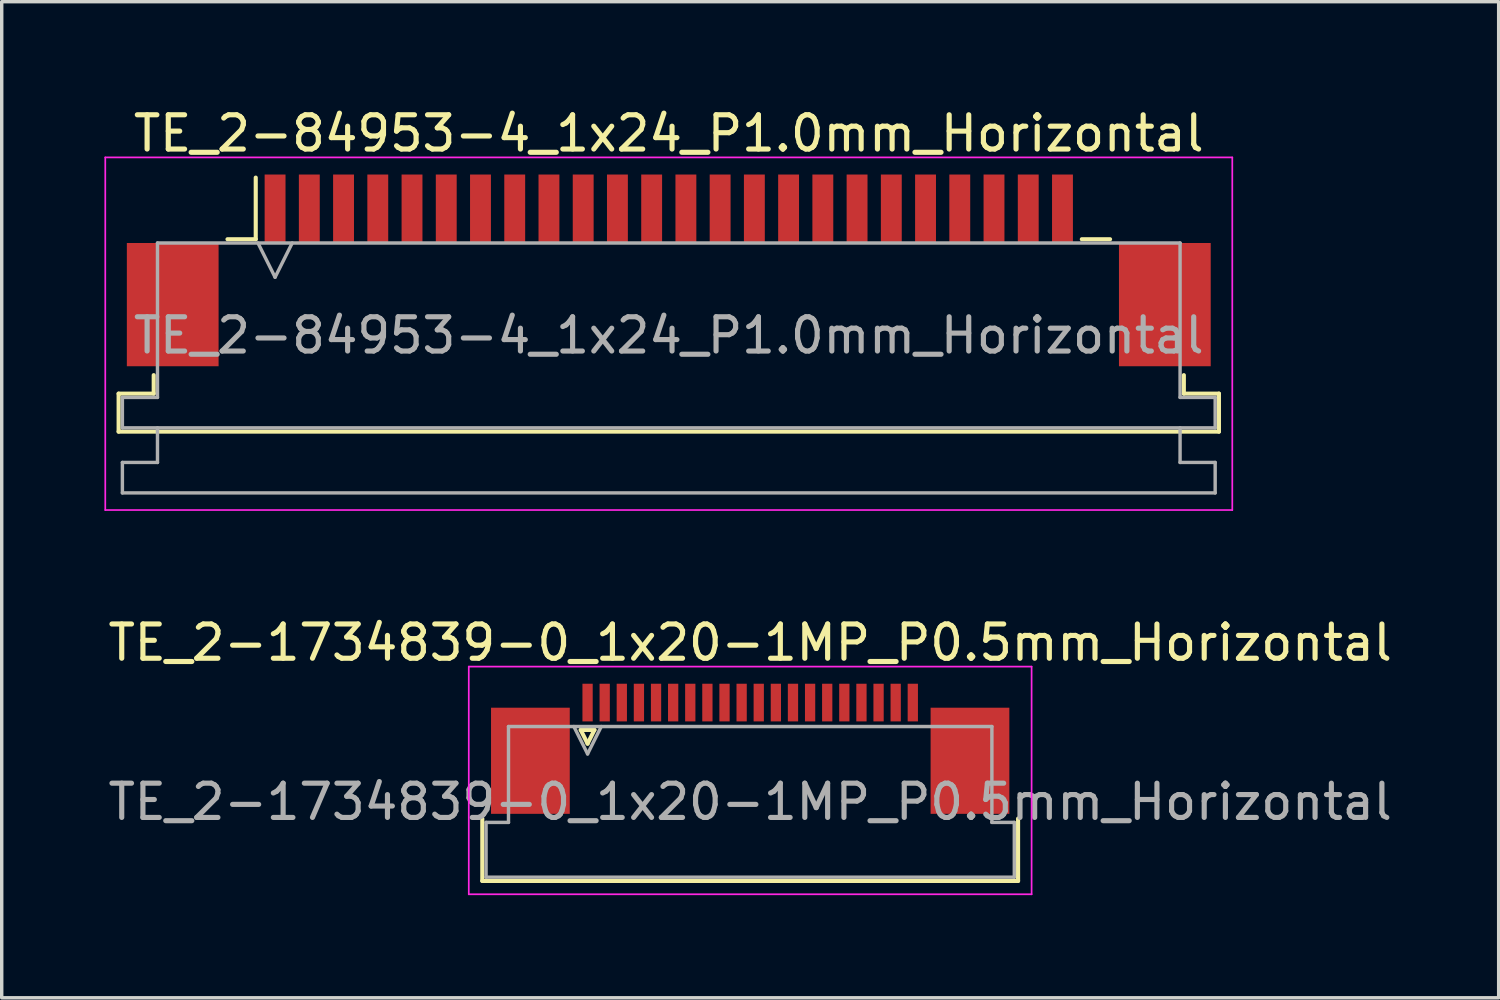
<source format=kicad_pcb>
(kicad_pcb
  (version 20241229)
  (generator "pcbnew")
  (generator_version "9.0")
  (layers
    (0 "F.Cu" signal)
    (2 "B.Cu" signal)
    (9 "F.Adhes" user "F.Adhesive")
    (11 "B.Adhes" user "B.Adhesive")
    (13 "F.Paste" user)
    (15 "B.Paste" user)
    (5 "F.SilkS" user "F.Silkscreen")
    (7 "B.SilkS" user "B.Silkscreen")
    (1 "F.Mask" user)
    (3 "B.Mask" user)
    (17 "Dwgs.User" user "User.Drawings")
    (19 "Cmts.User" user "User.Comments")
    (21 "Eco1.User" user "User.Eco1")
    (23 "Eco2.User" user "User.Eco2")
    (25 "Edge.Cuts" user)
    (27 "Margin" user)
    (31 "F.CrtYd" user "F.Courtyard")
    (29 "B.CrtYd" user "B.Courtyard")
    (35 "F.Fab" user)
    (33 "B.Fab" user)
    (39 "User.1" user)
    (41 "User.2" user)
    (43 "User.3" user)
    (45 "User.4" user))
  (footprint "TE_2-1734839-0_1x20-1MP_P0.5mm_Horizontal"
    (layer "F.Cu")
    (at 18.863 18.822)
    (property "Reference" "TE_2-1734839-0_1x20-1MP_P0.5mm_Horizontal" (at 0 -3.1 0) (layer "F.SilkS") (effects (font (size 1 1) (thickness 0.15))))
    (attr smd)
    (fp_line (start -7.825 3.86) (end -7.825 2.04) (stroke (width 0.12) (type solid)) (layer "F.SilkS"))
    (fp_line (start -4.95 -0.55) (end -4.75 -0.15) (stroke (width 0.12) (type solid)) (layer "F.SilkS"))
    (fp_line (start -4.75 -0.15) (end -4.55 -0.55) (stroke (width 0.12) (type solid)) (layer "F.SilkS"))
    (fp_line (start -4.55 -0.55) (end -4.95 -0.55) (stroke (width 0.12) (type solid)) (layer "F.SilkS"))
    (fp_line (start 7.825 2.04) (end 7.825 3.86) (stroke (width 0.12) (type solid)) (layer "F.SilkS"))
    (fp_line (start 7.825 3.86) (end -7.825 3.86) (stroke (width 0.12) (type solid)) (layer "F.SilkS"))
    (fp_line (start -8.22 -2.4) (end -8.22 4.25) (stroke (width 0.05) (type solid)) (layer "F.CrtYd"))
    (fp_line (start -8.22 4.25) (end 8.22 4.25) (stroke (width 0.05) (type solid)) (layer "F.CrtYd"))
    (fp_line (start 8.22 -2.4) (end -8.22 -2.4) (stroke (width 0.05) (type solid)) (layer "F.CrtYd"))
    (fp_line (start 8.22 4.25) (end 8.22 -2.4) (stroke (width 0.05) (type solid)) (layer "F.CrtYd"))
    (fp_line (start -7.715 2.15) (end -7.06 2.15) (stroke (width 0.1) (type solid)) (layer "F.Fab"))
    (fp_line (start -7.715 3.75) (end -7.715 2.15) (stroke (width 0.1) (type solid)) (layer "F.Fab"))
    (fp_line (start -7.06 -0.65) (end 7.06 -0.65) (stroke (width 0.1) (type solid)) (layer "F.Fab"))
    (fp_line (start -7.06 2.15) (end -7.06 -0.65) (stroke (width 0.1) (type solid)) (layer "F.Fab"))
    (fp_line (start -5.15 -0.65) (end -4.75 0.15) (stroke (width 0.1) (type solid)) (layer "F.Fab"))
    (fp_line (start -4.75 0.15) (end -4.35 -0.65) (stroke (width 0.1) (type solid)) (layer "F.Fab"))
    (fp_line (start 7.06 -0.65) (end 7.06 2.15) (stroke (width 0.1) (type solid)) (layer "F.Fab"))
    (fp_line (start 7.06 2.15) (end 7.715 2.15) (stroke (width 0.1) (type solid)) (layer "F.Fab"))
    (fp_line (start 7.715 2.15) (end 7.715 3.75) (stroke (width 0.1) (type solid)) (layer "F.Fab"))
    (fp_line (start 7.715 3.75) (end -7.715 3.75) (stroke (width 0.1) (type solid)) (layer "F.Fab"))
    (fp_text user "${REFERENCE}" (at 0 1.55 0) (layer "F.Fab") (effects (font (size 1 1) (thickness 0.15))))
    (pad "1" smd rect (at -4.75 -1.35) (size 0.3 1.1) (layers "F.Cu" "F.Mask" "F.Paste"))
    (pad "2" smd rect (at -4.25 -1.35) (size 0.3 1.1) (layers "F.Cu" "F.Mask" "F.Paste"))
    (pad "3" smd rect (at -3.75 -1.35) (size 0.3 1.1) (layers "F.Cu" "F.Mask" "F.Paste"))
    (pad "4" smd rect (at -3.25 -1.35) (size 0.3 1.1) (layers "F.Cu" "F.Mask" "F.Paste"))
    (pad "5" smd rect (at -2.75 -1.35) (size 0.3 1.1) (layers "F.Cu" "F.Mask" "F.Paste"))
    (pad "6" smd rect (at -2.25 -1.35) (size 0.3 1.1) (layers "F.Cu" "F.Mask" "F.Paste"))
    (pad "7" smd rect (at -1.75 -1.35) (size 0.3 1.1) (layers "F.Cu" "F.Mask" "F.Paste"))
    (pad "8" smd rect (at -1.25 -1.35) (size 0.3 1.1) (layers "F.Cu" "F.Mask" "F.Paste"))
    (pad "9" smd rect (at -0.75 -1.35) (size 0.3 1.1) (layers "F.Cu" "F.Mask" "F.Paste"))
    (pad "10" smd rect (at -0.25 -1.35) (size 0.3 1.1) (layers "F.Cu" "F.Mask" "F.Paste"))
    (pad "11" smd rect (at 0.25 -1.35) (size 0.3 1.1) (layers "F.Cu" "F.Mask" "F.Paste"))
    (pad "12" smd rect (at 0.75 -1.35) (size 0.3 1.1) (layers "F.Cu" "F.Mask" "F.Paste"))
    (pad "13" smd rect (at 1.25 -1.35) (size 0.3 1.1) (layers "F.Cu" "F.Mask" "F.Paste"))
    (pad "14" smd rect (at 1.75 -1.35) (size 0.3 1.1) (layers "F.Cu" "F.Mask" "F.Paste"))
    (pad "15" smd rect (at 2.25 -1.35) (size 0.3 1.1) (layers "F.Cu" "F.Mask" "F.Paste"))
    (pad "16" smd rect (at 2.75 -1.35) (size 0.3 1.1) (layers "F.Cu" "F.Mask" "F.Paste"))
    (pad "17" smd rect (at 3.25 -1.35) (size 0.3 1.1) (layers "F.Cu" "F.Mask" "F.Paste"))
    (pad "18" smd rect (at 3.75 -1.35) (size 0.3 1.1) (layers "F.Cu" "F.Mask" "F.Paste"))
    (pad "19" smd rect (at 4.25 -1.35) (size 0.3 1.1) (layers "F.Cu" "F.Mask" "F.Paste"))
    (pad "20" smd rect (at 4.75 -1.35) (size 0.3 1.1) (layers "F.Cu" "F.Mask" "F.Paste"))
    (pad "MP" smd rect (at -6.42 0.35) (size 2.3 3.1) (layers "F.Cu" "F.Mask" "F.Paste"))
    (pad "MP" smd rect (at 6.42 0.35) (size 2.3 3.1) (layers "F.Cu" "F.Mask" "F.Paste")))
  (footprint "TE_2-84953-4_1x24_P1.0mm_Horizontal"
    (layer "F.Cu")
    (at 16.485 4.848)
    (property "Reference" "TE_2-84953-4_1x24_P1.0mm_Horizontal" (at 0 -4 0) (layer "F.SilkS") (effects (font (size 1 1) (thickness 0.15))))
    (attr smd)
    (fp_line (start -16.07 3.6) (end -15.045 3.6) (stroke (width 0.12) (type solid)) (layer "F.SilkS"))
    (fp_line (start -16.07 4.71) (end -16.07 3.6) (stroke (width 0.12) (type solid)) (layer "F.SilkS"))
    (fp_line (start -15.045 3.6) (end -15.045 3.06) (stroke (width 0.12) (type solid)) (layer "F.SilkS"))
    (fp_line (start -12.89 -0.91) (end -12.065 -0.91) (stroke (width 0.12) (type solid)) (layer "F.SilkS"))
    (fp_line (start -12.065 -0.91) (end -12.065 -2.71) (stroke (width 0.12) (type solid)) (layer "F.SilkS"))
    (fp_line (start 12.065 -0.91) (end 12.89 -0.91) (stroke (width 0.12) (type solid)) (layer "F.SilkS"))
    (fp_line (start 15.045 3.06) (end 15.045 3.6) (stroke (width 0.12) (type solid)) (layer "F.SilkS"))
    (fp_line (start 15.045 3.6) (end 16.07 3.6) (stroke (width 0.12) (type solid)) (layer "F.SilkS"))
    (fp_line (start 16.07 3.6) (end 16.07 4.71) (stroke (width 0.12) (type solid)) (layer "F.SilkS"))
    (fp_line (start 16.07 4.71) (end -16.07 4.71) (stroke (width 0.12) (type solid)) (layer "F.SilkS"))
    (fp_line (start -16.46 -3.3) (end -16.46 7) (stroke (width 0.05) (type solid)) (layer "F.CrtYd"))
    (fp_line (start -16.46 7) (end 16.46 7) (stroke (width 0.05) (type solid)) (layer "F.CrtYd"))
    (fp_line (start 16.46 -3.3) (end -16.46 -3.3) (stroke (width 0.05) (type solid)) (layer "F.CrtYd"))
    (fp_line (start 16.46 7) (end 16.46 -3.3) (stroke (width 0.05) (type solid)) (layer "F.CrtYd"))
    (fp_line (start -15.96 3.71) (end -14.935 3.71) (stroke (width 0.1) (type solid)) (layer "F.Fab"))
    (fp_line (start -15.96 4.6) (end -15.96 3.71) (stroke (width 0.1) (type solid)) (layer "F.Fab"))
    (fp_line (start -15.96 5.61) (end -14.935 5.61) (stroke (width 0.1) (type solid)) (layer "F.Fab"))
    (fp_line (start -15.96 6.5) (end -15.96 5.61) (stroke (width 0.1) (type solid)) (layer "F.Fab"))
    (fp_line (start -14.935 -0.8) (end 14.935 -0.8) (stroke (width 0.1) (type solid)) (layer "F.Fab"))
    (fp_line (start -14.935 3.71) (end -14.935 -0.8) (stroke (width 0.1) (type solid)) (layer "F.Fab"))
    (fp_line (start -14.935 5.61) (end -14.935 4.6) (stroke (width 0.1) (type solid)) (layer "F.Fab"))
    (fp_line (start -12 -0.8) (end -11.5 0.2) (stroke (width 0.1) (type solid)) (layer "F.Fab"))
    (fp_line (start -11.5 0.2) (end -11 -0.8) (stroke (width 0.1) (type solid)) (layer "F.Fab"))
    (fp_line (start 14.935 -0.8) (end 14.935 3.71) (stroke (width 0.1) (type solid)) (layer "F.Fab"))
    (fp_line (start 14.935 3.71) (end 15.96 3.71) (stroke (width 0.1) (type solid)) (layer "F.Fab"))
    (fp_line (start 14.935 4.6) (end 14.935 5.61) (stroke (width 0.1) (type solid)) (layer "F.Fab"))
    (fp_line (start 14.935 5.61) (end 15.96 5.61) (stroke (width 0.1) (type solid)) (layer "F.Fab"))
    (fp_line (start 15.96 3.71) (end 15.96 4.6) (stroke (width 0.1) (type solid)) (layer "F.Fab"))
    (fp_line (start 15.96 4.6) (end -15.96 4.6) (stroke (width 0.1) (type solid)) (layer "F.Fab"))
    (fp_line (start 15.96 5.61) (end 15.96 6.5) (stroke (width 0.1) (type solid)) (layer "F.Fab"))
    (fp_line (start 15.96 6.5) (end -15.96 6.5) (stroke (width 0.1) (type solid)) (layer "F.Fab"))
    (fp_text user "${REFERENCE}" (at 0 1.9 0) (layer "F.Fab") (effects (font (size 1 1) (thickness 0.15))))
    (pad "" smd rect (at -14.49 1) (size 2.68 3.6) (layers "F.Cu" "F.Mask" "F.Paste"))
    (pad "" smd rect (at 14.49 1) (size 2.68 3.6) (layers "F.Cu" "F.Mask" "F.Paste"))
    (pad "1" smd rect (at -11.5 -1.8) (size 0.61 2) (layers "F.Cu" "F.Mask" "F.Paste"))
    (pad "2" smd rect (at -10.5 -1.8) (size 0.61 2) (layers "F.Cu" "F.Mask" "F.Paste"))
    (pad "3" smd rect (at -9.5 -1.8) (size 0.61 2) (layers "F.Cu" "F.Mask" "F.Paste"))
    (pad "4" smd rect (at -8.5 -1.8) (size 0.61 2) (layers "F.Cu" "F.Mask" "F.Paste"))
    (pad "5" smd rect (at -7.5 -1.8) (size 0.61 2) (layers "F.Cu" "F.Mask" "F.Paste"))
    (pad "6" smd rect (at -6.5 -1.8) (size 0.61 2) (layers "F.Cu" "F.Mask" "F.Paste"))
    (pad "7" smd rect (at -5.5 -1.8) (size 0.61 2) (layers "F.Cu" "F.Mask" "F.Paste"))
    (pad "8" smd rect (at -4.5 -1.8) (size 0.61 2) (layers "F.Cu" "F.Mask" "F.Paste"))
    (pad "9" smd rect (at -3.5 -1.8) (size 0.61 2) (layers "F.Cu" "F.Mask" "F.Paste"))
    (pad "10" smd rect (at -2.5 -1.8) (size 0.61 2) (layers "F.Cu" "F.Mask" "F.Paste"))
    (pad "11" smd rect (at -1.5 -1.8) (size 0.61 2) (layers "F.Cu" "F.Mask" "F.Paste"))
    (pad "12" smd rect (at -0.5 -1.8) (size 0.61 2) (layers "F.Cu" "F.Mask" "F.Paste"))
    (pad "13" smd rect (at 0.5 -1.8) (size 0.61 2) (layers "F.Cu" "F.Mask" "F.Paste"))
    (pad "14" smd rect (at 1.5 -1.8) (size 0.61 2) (layers "F.Cu" "F.Mask" "F.Paste"))
    (pad "15" smd rect (at 2.5 -1.8) (size 0.61 2) (layers "F.Cu" "F.Mask" "F.Paste"))
    (pad "16" smd rect (at 3.5 -1.8) (size 0.61 2) (layers "F.Cu" "F.Mask" "F.Paste"))
    (pad "17" smd rect (at 4.5 -1.8) (size 0.61 2) (layers "F.Cu" "F.Mask" "F.Paste"))
    (pad "18" smd rect (at 5.5 -1.8) (size 0.61 2) (layers "F.Cu" "F.Mask" "F.Paste"))
    (pad "19" smd rect (at 6.5 -1.8) (size 0.61 2) (layers "F.Cu" "F.Mask" "F.Paste"))
    (pad "20" smd rect (at 7.5 -1.8) (size 0.61 2) (layers "F.Cu" "F.Mask" "F.Paste"))
    (pad "21" smd rect (at 8.5 -1.8) (size 0.61 2) (layers "F.Cu" "F.Mask" "F.Paste"))
    (pad "22" smd rect (at 9.5 -1.8) (size 0.61 2) (layers "F.Cu" "F.Mask" "F.Paste"))
    (pad "23" smd rect (at 10.5 -1.8) (size 0.61 2) (layers "F.Cu" "F.Mask" "F.Paste"))
    (pad "24" smd rect (at 11.5 -1.8) (size 0.61 2) (layers "F.Cu" "F.Mask" "F.Paste")))
  (gr_rect
    (start -3 -3)
    (end 40.726 26.096)
    (stroke (width 0.1) (type default))
    (fill no)
    (layer "Edge.Cuts")))
</source>
